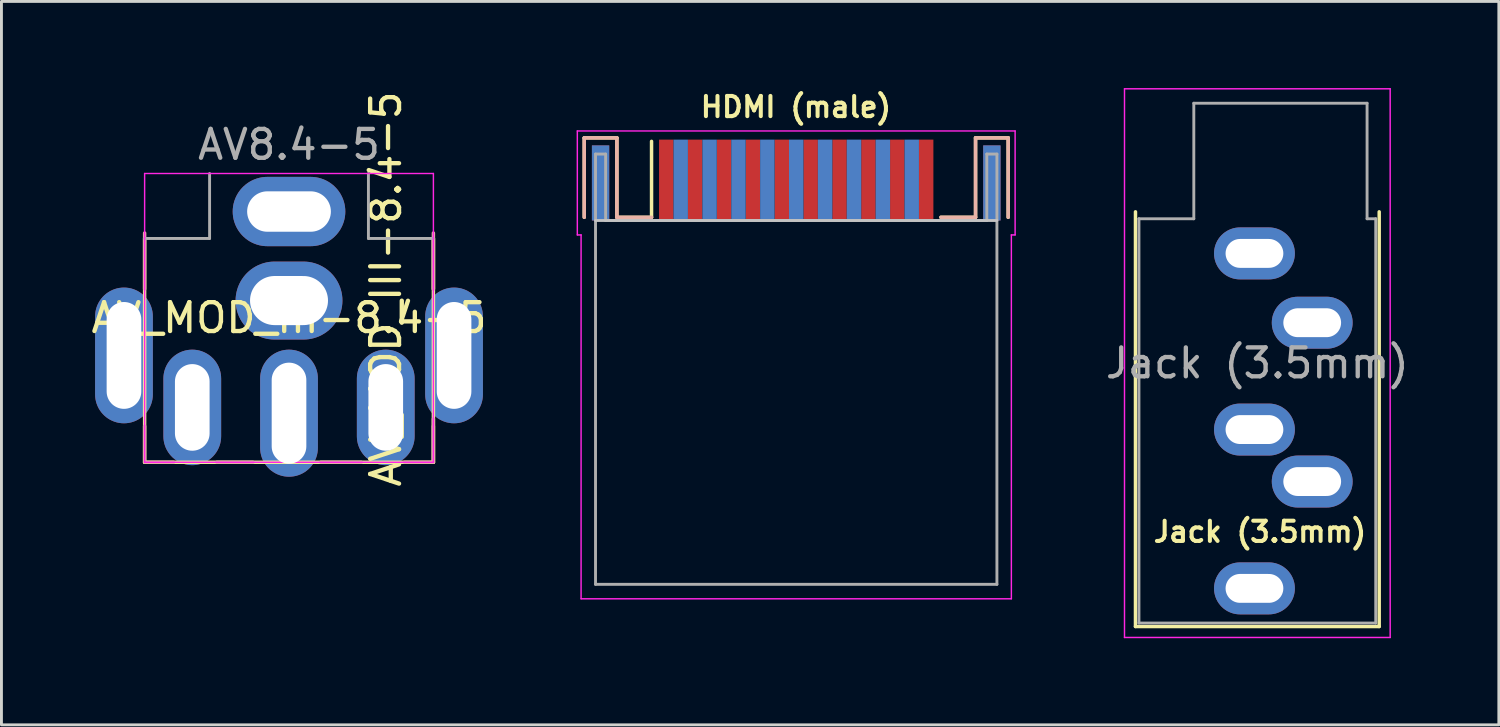
<source format=kicad_pcb>
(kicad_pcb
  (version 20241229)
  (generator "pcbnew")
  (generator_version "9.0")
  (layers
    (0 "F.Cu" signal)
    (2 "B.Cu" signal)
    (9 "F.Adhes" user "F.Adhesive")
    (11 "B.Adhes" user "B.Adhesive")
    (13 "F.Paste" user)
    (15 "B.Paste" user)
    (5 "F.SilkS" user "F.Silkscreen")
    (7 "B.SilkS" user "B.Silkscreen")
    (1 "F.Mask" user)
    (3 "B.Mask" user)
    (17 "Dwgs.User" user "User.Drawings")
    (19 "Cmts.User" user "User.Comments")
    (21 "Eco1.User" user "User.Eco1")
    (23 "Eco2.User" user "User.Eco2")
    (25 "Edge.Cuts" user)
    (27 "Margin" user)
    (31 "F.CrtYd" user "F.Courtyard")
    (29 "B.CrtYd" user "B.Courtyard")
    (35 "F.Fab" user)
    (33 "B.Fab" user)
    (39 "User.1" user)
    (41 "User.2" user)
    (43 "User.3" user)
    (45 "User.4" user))
  (footprint "HDMI (male)"
    (layer "F.Cu")
    (at 24.522 3.185)
    (property "Reference" "HDMI (male)" (at -0.01 -2.53 0) (layer "F.SilkS") (effects (font (size 0.7 0.7) (thickness 0.14) (bold yes))))
    (attr smd)
    (fp_line (start -7.34 -1.46) (end -6.21 -1.46) (stroke (width 0.12) (type solid)) (layer "F.SilkS"))
    (fp_line (start -7.34 1.29) (end -7.34 -1.46) (stroke (width 0.12) (type solid)) (layer "F.SilkS"))
    (fp_line (start -6.21 -1.46) (end -6.21 1.29) (stroke (width 0.12) (type solid)) (layer "F.SilkS"))
    (fp_line (start -6.21 1.29) (end -5.01 1.29) (stroke (width 0.12) (type solid)) (layer "F.SilkS"))
    (fp_line (start -5.01 1.29) (end -5.01 -1.34) (stroke (width 0.12) (type solid)) (layer "F.SilkS"))
    (fp_line (start 6.21 -1.46) (end 6.21 1.29) (stroke (width 0.12) (type solid)) (layer "F.SilkS"))
    (fp_line (start 6.21 1.29) (end 5.01 1.29) (stroke (width 0.12) (type solid)) (layer "F.SilkS"))
    (fp_line (start 7.34 -1.46) (end 6.21 -1.46) (stroke (width 0.12) (type solid)) (layer "F.SilkS"))
    (fp_line (start 7.34 1.29) (end 7.34 -1.46) (stroke (width 0.12) (type solid)) (layer "F.SilkS"))
    (fp_line (start -7.34 -1.46) (end -6.21 -1.46) (stroke (width 0.12) (type solid)) (layer "B.SilkS"))
    (fp_line (start -7.34 1.29) (end -7.34 -1.46) (stroke (width 0.12) (type solid)) (layer "B.SilkS"))
    (fp_line (start -6.21 -1.46) (end -6.21 1.29) (stroke (width 0.12) (type solid)) (layer "B.SilkS"))
    (fp_line (start -6.21 1.29) (end -5.01 1.29) (stroke (width 0.12) (type solid)) (layer "B.SilkS"))
    (fp_line (start 6.21 -1.46) (end 6.21 1.29) (stroke (width 0.12) (type solid)) (layer "B.SilkS"))
    (fp_line (start 6.21 1.29) (end 5.01 1.29) (stroke (width 0.12) (type solid)) (layer "B.SilkS"))
    (fp_line (start 7.34 -1.46) (end 6.21 -1.46) (stroke (width 0.12) (type solid)) (layer "B.SilkS"))
    (fp_line (start 7.34 1.29) (end 7.34 -1.46) (stroke (width 0.12) (type solid)) (layer "B.SilkS"))
    (fp_line (start -6.95 1.4) (end 6.95 1.4) (stroke (width 0.1) (type solid)) (layer "Dwgs.User"))
    (fp_line (start -7.58 1.9) (end -7.58 -1.7) (stroke (width 0.05) (type solid)) (layer "F.CrtYd"))
    (fp_line (start -7.45 1.9) (end -7.58 1.9) (stroke (width 0.05) (type solid)) (layer "F.CrtYd"))
    (fp_line (start -7.45 14.5) (end -7.45 1.9) (stroke (width 0.05) (type solid)) (layer "F.CrtYd"))
    (fp_line (start -7.45 14.5) (end 7.45 14.5) (stroke (width 0.05) (type solid)) (layer "F.CrtYd"))
    (fp_line (start 7.45 1.9) (end 7.58 1.9) (stroke (width 0.05) (type solid)) (layer "F.CrtYd"))
    (fp_line (start 7.45 14.5) (end 7.45 1.9) (stroke (width 0.05) (type solid)) (layer "F.CrtYd"))
    (fp_line (start 7.58 -1.7) (end -7.58 -1.7) (stroke (width 0.05) (type solid)) (layer "F.CrtYd"))
    (fp_line (start 7.58 1.9) (end 7.58 -1.7) (stroke (width 0.05) (type solid)) (layer "F.CrtYd"))
    (fp_line (start -6.95 -0.9) (end -6.95 14) (stroke (width 0.1) (type solid)) (layer "F.Fab"))
    (fp_line (start -6.95 -0.9) (end -6.6 -0.9) (stroke (width 0.1) (type solid)) (layer "F.Fab"))
    (fp_line (start -6.95 14) (end 6.95 14) (stroke (width 0.1) (type solid)) (layer "F.Fab"))
    (fp_line (start -6.6 -0.9) (end -6.6 1.4) (stroke (width 0.1) (type solid)) (layer "F.Fab"))
    (fp_line (start -6.6 1.4) (end 6.6 1.4) (stroke (width 0.1) (type solid)) (layer "F.Fab"))
    (fp_line (start 6.6 -0.9) (end 6.6 1.4) (stroke (width 0.1) (type solid)) (layer "F.Fab"))
    (fp_line (start 6.95 -0.9) (end 6.6 -0.9) (stroke (width 0.1) (type solid)) (layer "F.Fab"))
    (fp_line (start 6.95 -0.9) (end 6.95 14) (stroke (width 0.1) (type solid)) (layer "F.Fab"))
    (pad "1" smd rect (at -4.5 0) (size 0.5 2.8) (layers "F.Cu" "F.Mask" "F.Paste"))
    (pad "2" smd rect (at -4 0) (size 0.5 2.8) (layers "B.Cu" "B.Mask" "B.Paste"))
    (pad "3" smd rect (at -3.5 0) (size 0.5 2.8) (layers "F.Cu" "F.Mask" "F.Paste"))
    (pad "4" smd rect (at -3 0) (size 0.5 2.8) (layers "B.Cu" "B.Mask" "B.Paste"))
    (pad "5" smd rect (at -2.5 0) (size 0.5 2.8) (layers "F.Cu" "F.Mask" "F.Paste"))
    (pad "6" smd rect (at -2 0) (size 0.5 2.8) (layers "B.Cu" "B.Mask" "B.Paste"))
    (pad "7" smd rect (at -1.5 0) (size 0.5 2.8) (layers "F.Cu" "F.Mask" "F.Paste"))
    (pad "8" smd rect (at -1 0) (size 0.5 2.8) (layers "B.Cu" "B.Mask" "B.Paste"))
    (pad "9" smd rect (at -0.5 0) (size 0.5 2.8) (layers "F.Cu" "F.Mask" "F.Paste"))
    (pad "10" smd rect (at 0 0) (size 0.5 2.8) (layers "B.Cu" "B.Mask" "B.Paste"))
    (pad "11" smd rect (at 0.5 0) (size 0.5 2.8) (layers "F.Cu" "F.Mask" "F.Paste"))
    (pad "12" smd rect (at 1 0) (size 0.5 2.8) (layers "B.Cu" "B.Mask" "B.Paste"))
    (pad "13" smd rect (at 1.5 0) (size 0.5 2.8) (layers "F.Cu" "F.Mask" "F.Paste"))
    (pad "14" smd rect (at 2 0) (size 0.5 2.8) (layers "B.Cu" "B.Mask" "B.Paste"))
    (pad "15" smd rect (at 2.5 0) (size 0.5 2.8) (layers "F.Cu" "F.Mask" "F.Paste"))
    (pad "16" smd rect (at 3 0) (size 0.5 2.8) (layers "B.Cu" "B.Mask" "B.Paste"))
    (pad "17" smd rect (at 3.5 0) (size 0.5 2.8) (layers "F.Cu" "F.Mask" "F.Paste"))
    (pad "18" smd rect (at 4 0) (size 0.5 2.8) (layers "B.Cu" "B.Mask" "B.Paste"))
    (pad "19" smd rect (at 4.5 0) (size 0.5 2.8) (layers "F.Cu" "F.Mask" "F.Paste"))
    (pad "SH" smd rect (at -6.775 0.1) (size 0.6 2.6) (layers "F.Cu" "F.Mask" "F.Paste"))
    (pad "SH" smd rect (at -6.775 0.1) (size 0.6 2.6) (layers "B.Cu" "B.Mask" "B.Paste"))
    (pad "SH" smd rect (at 6.775 0.1) (size 0.6 2.6) (layers "F.Cu" "F.Mask" "F.Paste"))
    (pad "SH" smd rect (at 6.775 0.1) (size 0.6 2.6) (layers "B.Cu" "B.Mask" "B.Paste")))
  (footprint "AV_MOD_III-8.4-5"
    (layer "F.Cu")
    (at 6.958 7.958)
    (property "Reference" "AV_MOD_III-8.4-5" (at 0 0 0) (layer "F.SilkS") (effects (font (size 1 1) (thickness 0.15))))
    (attr through_hole)
    (fp_line (start -5 5) (end -5 -2.75) (stroke (width 0.12) (type solid)) (layer "F.SilkS"))
    (fp_line (start 5 -2.75) (end 5 5) (stroke (width 0.12) (type solid)) (layer "F.SilkS"))
    (fp_line (start 5 5) (end -5 5) (stroke (width 0.12) (type solid)) (layer "F.SilkS"))
    (fp_line (start -5 -1) (end -5 -2.938) (stroke (width 0.12) (type solid)) (layer "B.SilkS"))
    (fp_line (start -5 5) (end -5 3.75) (stroke (width 0.12) (type solid)) (layer "B.SilkS"))
    (fp_line (start -4 5) (end -5 5) (stroke (width 0.12) (type solid)) (layer "B.SilkS"))
    (fp_line (start -1.25 5) (end -2.5 5) (stroke (width 0.12) (type solid)) (layer "B.SilkS"))
    (fp_line (start 2.5 5) (end 1.1 5) (stroke (width 0.12) (type solid)) (layer "B.SilkS"))
    (fp_line (start 5 -2.75) (end 5 -1) (stroke (width 0.12) (type solid)) (layer "B.SilkS"))
    (fp_line (start 5 -1) (end 5 -2.938) (stroke (width 0.12) (type solid)) (layer "B.SilkS"))
    (fp_line (start 5 3.75) (end 5 5) (stroke (width 0.12) (type solid)) (layer "B.SilkS"))
    (fp_line (start 5 5) (end 4 5) (stroke (width 0.12) (type solid)) (layer "B.SilkS"))
    (fp_line (start 5 5) (end 5 3.5) (stroke (width 0.12) (type solid)) (layer "B.SilkS"))
    (fp_line (start -5 -5) (end -5 5) (stroke (width 0.05) (type solid)) (layer "F.CrtYd"))
    (fp_line (start 5 -5) (end -5 -5) (stroke (width 0.05) (type solid)) (layer "F.CrtYd"))
    (fp_line (start 5 5) (end -5 5) (stroke (width 0.05) (type solid)) (layer "F.CrtYd"))
    (fp_line (start 5 5) (end 5 -5) (stroke (width 0.05) (type solid)) (layer "F.CrtYd"))
    (fp_line (start -2.75 -5) (end -2.75 -2.75) (stroke (width 0.1) (type solid)) (layer "F.Fab"))
    (fp_line (start -2.75 -2.75) (end -5 -2.75) (stroke (width 0.1) (type solid)) (layer "F.Fab"))
    (fp_line (start 2.75 -5) (end 2.75 -2.75) (stroke (width 0.1) (type solid)) (layer "F.Fab"))
    (fp_line (start 2.75 -2.75) (end 5 -2.75) (stroke (width 0.1) (type solid)) (layer "F.Fab"))
    (fp_text user "${REFERENCE}" (at 3.94 -1 90) (unlocked yes) (layer "F.SilkS") (effects (font (size 1 1) (thickness 0.15)) (justify bottom)))
    (fp_text user "AV8.4-5" (at 0 -6 0) (layer "F.Fab") (effects (font (size 1 1) (thickness 0.15))))
    (pad "1" thru_hole oval (at -3.35 3.1) (size 2 4) (drill oval 1.2 3) (layers "*.Cu" "*.Mask"))
    (pad "1" thru_hole oval (at 0 3.3) (size 2 4.4) (drill oval 1.2 3.5) (layers "*.Cu" "*.Mask"))
    (pad "1" thru_hole oval (at 3.35 3.1) (size 2 4) (drill oval 1.2 3) (layers "*.Cu" "*.Mask"))
    (pad "2" thru_hole oval (at -5.715 1.3) (size 2 4.7) (drill oval 1.2 3.7) (layers "*.Cu" "*.Mask"))
    (pad "2" thru_hole oval (at 0 -3.683) (size 3.9 2.4) (drill oval 2.9 1.4) (layers "*.Cu" "*.Mask"))
    (pad "2" thru_hole oval (at 0 -0.6) (size 3.7 2.7) (drill oval 2.7 1.7) (layers "*.Cu" "*.Mask"))
    (pad "2" thru_hole oval (at 5.715 1.3) (size 2 4.7) (drill oval 1.2 3.7) (layers "*.Cu" "*.Mask")))
  (footprint "Jack (3.5mm)"
    (layer "F.Cu")
    (at 40.39 5.725)
    (property "Reference" "Jack (3.5mm)" (at 0.19 9.64 0) (layer "F.SilkS") (effects (font (size 0.7 0.7) (thickness 0.14) (bold yes))))
    (attr through_hole)
    (fp_line (start -4.12 12.92) (end -4.12 -1.44) (stroke (width 0.12) (type solid)) (layer "F.SilkS"))
    (fp_line (start 4.32 -1.44) (end 4.32 12.92) (stroke (width 0.12) (type solid)) (layer "F.SilkS"))
    (fp_line (start 4.32 12.92) (end -4.12 12.92) (stroke (width 0.12) (type solid)) (layer "F.SilkS"))
    (fp_line (start -4.5 -5.7) (end -4.5 13.3) (stroke (width 0.05) (type solid)) (layer "F.CrtYd"))
    (fp_line (start -4.5 13.3) (end 4.7 13.3) (stroke (width 0.05) (type solid)) (layer "F.CrtYd"))
    (fp_line (start 4.7 -5.7) (end -4.5 -5.7) (stroke (width 0.05) (type solid)) (layer "F.CrtYd"))
    (fp_line (start 4.7 13.3) (end 4.7 -5.7) (stroke (width 0.05) (type solid)) (layer "F.CrtYd"))
    (fp_line (start -4 -1.2) (end -2.1 -1.2) (stroke (width 0.1) (type solid)) (layer "F.Fab"))
    (fp_line (start -4 12.8) (end -4 -1.2) (stroke (width 0.1) (type solid)) (layer "F.Fab"))
    (fp_line (start -2.1 -5.2) (end 3.9 -5.2) (stroke (width 0.1) (type solid)) (layer "F.Fab"))
    (fp_line (start -2.1 -1.2) (end -2.1 -5.2) (stroke (width 0.1) (type solid)) (layer "F.Fab"))
    (fp_line (start 3.9 -5.2) (end 3.9 -1.2) (stroke (width 0.1) (type solid)) (layer "F.Fab"))
    (fp_line (start 3.9 -1.2) (end 4.2 -1.2) (stroke (width 0.1) (type solid)) (layer "F.Fab"))
    (fp_line (start 4.2 -1.2) (end 4.2 12.8) (stroke (width 0.1) (type solid)) (layer "F.Fab"))
    (fp_line (start 4.2 12.8) (end -4 12.8) (stroke (width 0.1) (type solid)) (layer "F.Fab"))
    (fp_text user "${REFERENCE}" (at 0.1 3.8 0) (layer "F.Fab") (effects (font (size 1 1) (thickness 0.15))))
    (pad "R" thru_hole oval (at 2 7.9) (size 2.8 1.8) (drill oval 2 1) (layers "*.Cu" "*.Mask"))
    (pad "RN" thru_hole oval (at 0 6.1) (size 2.8 1.8) (drill oval 2 1) (layers "*.Cu" "*.Mask"))
    (pad "S" thru_hole oval (at 0 0) (size 2.8 1.8) (drill oval 2 1) (layers "*.Cu" "*.Mask"))
    (pad "T" thru_hole oval (at 2 2.4) (size 2.8 1.8) (drill oval 2 1) (layers "*.Cu" "*.Mask"))
    (pad "TN" thru_hole oval (at 0 11.6) (size 2.8 1.8) (drill oval 2 1) (layers "*.Cu" "*.Mask")))
  (gr_rect
    (start -3 -3)
    (end 48.853 22.05)
    (stroke (width 0.1) (type default))
    (fill no)
    (layer "Edge.Cuts")))
</source>
